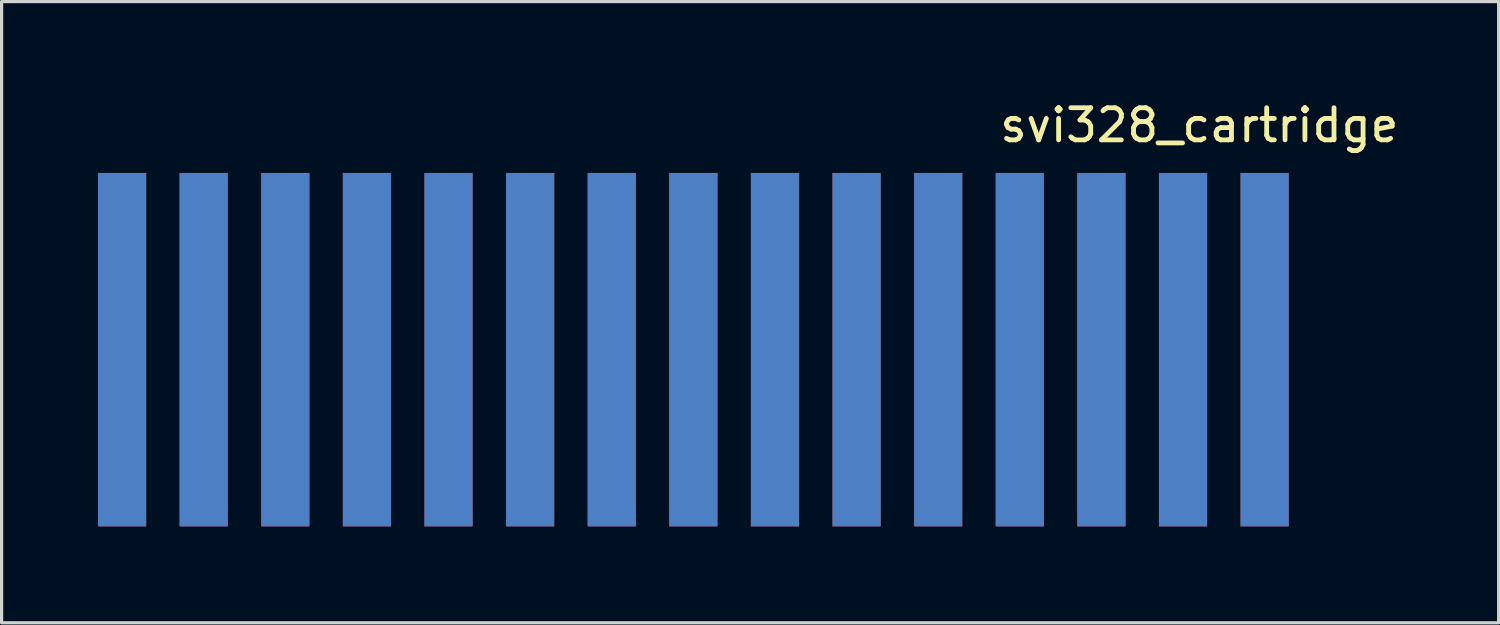
<source format=kicad_pcb>
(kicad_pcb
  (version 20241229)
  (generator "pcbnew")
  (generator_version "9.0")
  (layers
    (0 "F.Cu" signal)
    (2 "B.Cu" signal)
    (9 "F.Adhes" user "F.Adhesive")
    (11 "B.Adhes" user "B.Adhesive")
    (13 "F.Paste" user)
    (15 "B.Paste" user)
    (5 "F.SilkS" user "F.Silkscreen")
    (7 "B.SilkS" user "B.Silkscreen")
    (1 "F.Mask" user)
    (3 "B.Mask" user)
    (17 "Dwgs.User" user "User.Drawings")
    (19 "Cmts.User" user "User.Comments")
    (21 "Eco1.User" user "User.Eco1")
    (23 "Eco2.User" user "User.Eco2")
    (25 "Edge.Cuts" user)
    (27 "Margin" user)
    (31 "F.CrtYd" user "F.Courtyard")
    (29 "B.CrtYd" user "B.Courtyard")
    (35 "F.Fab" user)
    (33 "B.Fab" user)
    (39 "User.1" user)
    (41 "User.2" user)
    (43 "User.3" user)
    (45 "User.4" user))
  (footprint "svi328_cartridge"
    (layer "F.Cu")
    (at 18.53 7.96)
    (property "Reference" "svi328_cartridge" (at 15.748 -7.112 0) (layer "F.SilkS") (effects (font (size 1 1) (thickness 0.15))))
    (attr through_hole)
    (pad "1" connect rect (at 17.78 -0.127) (size 1.5 11) (layers "B.Cu" "B.Mask"))
    (pad "2" connect rect (at 17.78 -0.127) (size 1.5 11) (layers "F.Cu" "F.Mask"))
    (pad "3" connect rect (at 15.24 -0.127) (size 1.5 11) (layers "B.Cu" "B.Mask"))
    (pad "4" connect rect (at 15.24 -0.127) (size 1.5 11) (layers "F.Cu" "F.Mask"))
    (pad "5" connect rect (at 12.7 -0.127) (size 1.5 11) (layers "B.Cu" "B.Mask"))
    (pad "6" connect rect (at 12.7 -0.127) (size 1.5 11) (layers "F.Cu" "F.Mask"))
    (pad "7" connect rect (at 10.16 -0.127) (size 1.5 11) (layers "B.Cu" "B.Mask"))
    (pad "8" connect rect (at 10.16 -0.127) (size 1.5 11) (layers "F.Cu" "F.Mask"))
    (pad "9" connect rect (at 7.62 -0.127) (size 1.5 11) (layers "B.Cu" "B.Mask"))
    (pad "10" connect rect (at 7.62 -0.127) (size 1.5 11) (layers "F.Cu" "F.Mask"))
    (pad "11" connect rect (at 5.08 -0.127) (size 1.5 11) (layers "B.Cu" "B.Mask"))
    (pad "12" connect rect (at 5.08 -0.127) (size 1.5 11) (layers "F.Cu" "F.Mask"))
    (pad "13" connect rect (at 2.54 -0.127) (size 1.5 11) (layers "B.Cu" "B.Mask"))
    (pad "14" connect rect (at 2.54 -0.127) (size 1.5 11) (layers "F.Cu" "F.Mask"))
    (pad "15" connect rect (at 0 -0.127) (size 1.5 11) (layers "B.Cu" "B.Mask"))
    (pad "16" connect rect (at 0 -0.127) (size 1.5 11) (layers "F.Cu" "F.Mask"))
    (pad "17" connect rect (at -2.54 -0.127) (size 1.5 11) (layers "B.Cu" "B.Mask"))
    (pad "18" connect rect (at -2.54 -0.127) (size 1.5 11) (layers "F.Cu" "F.Mask"))
    (pad "19" connect rect (at -5.08 -0.127) (size 1.5 11) (layers "B.Cu" "B.Mask"))
    (pad "20" connect rect (at -5.08 -0.127) (size 1.5 11) (layers "F.Cu" "F.Mask"))
    (pad "21" connect rect (at -7.62 -0.127) (size 1.5 11) (layers "B.Cu" "B.Mask"))
    (pad "22" connect rect (at -7.62 -0.127) (size 1.5 11) (layers "F.Cu" "F.Mask"))
    (pad "23" connect rect (at -10.16 -0.127) (size 1.5 11) (layers "B.Cu" "B.Mask"))
    (pad "24" connect rect (at -10.16 -0.127) (size 1.5 11) (layers "F.Cu" "F.Mask"))
    (pad "25" connect rect (at -12.7 -0.127) (size 1.5 11) (layers "B.Cu" "B.Mask"))
    (pad "26" connect rect (at -12.7 -0.127) (size 1.5 11) (layers "F.Cu" "F.Mask"))
    (pad "27" connect rect (at -15.24 -0.127) (size 1.5 11) (layers "B.Cu" "B.Mask"))
    (pad "28" connect rect (at -15.24 -0.127) (size 1.5 11) (layers "F.Cu" "F.Mask"))
    (pad "29" connect rect (at -17.78 -0.127) (size 1.5 11) (layers "B.Cu" "B.Mask"))
    (pad "30" connect rect (at -17.78 -0.127) (size 1.5 11) (layers "F.Cu" "F.Mask")))
  (gr_rect
    (start -3 -3)
    (end 43.593 16.333)
    (stroke (width 0.1) (type default))
    (fill no)
    (layer "Edge.Cuts")))
</source>
